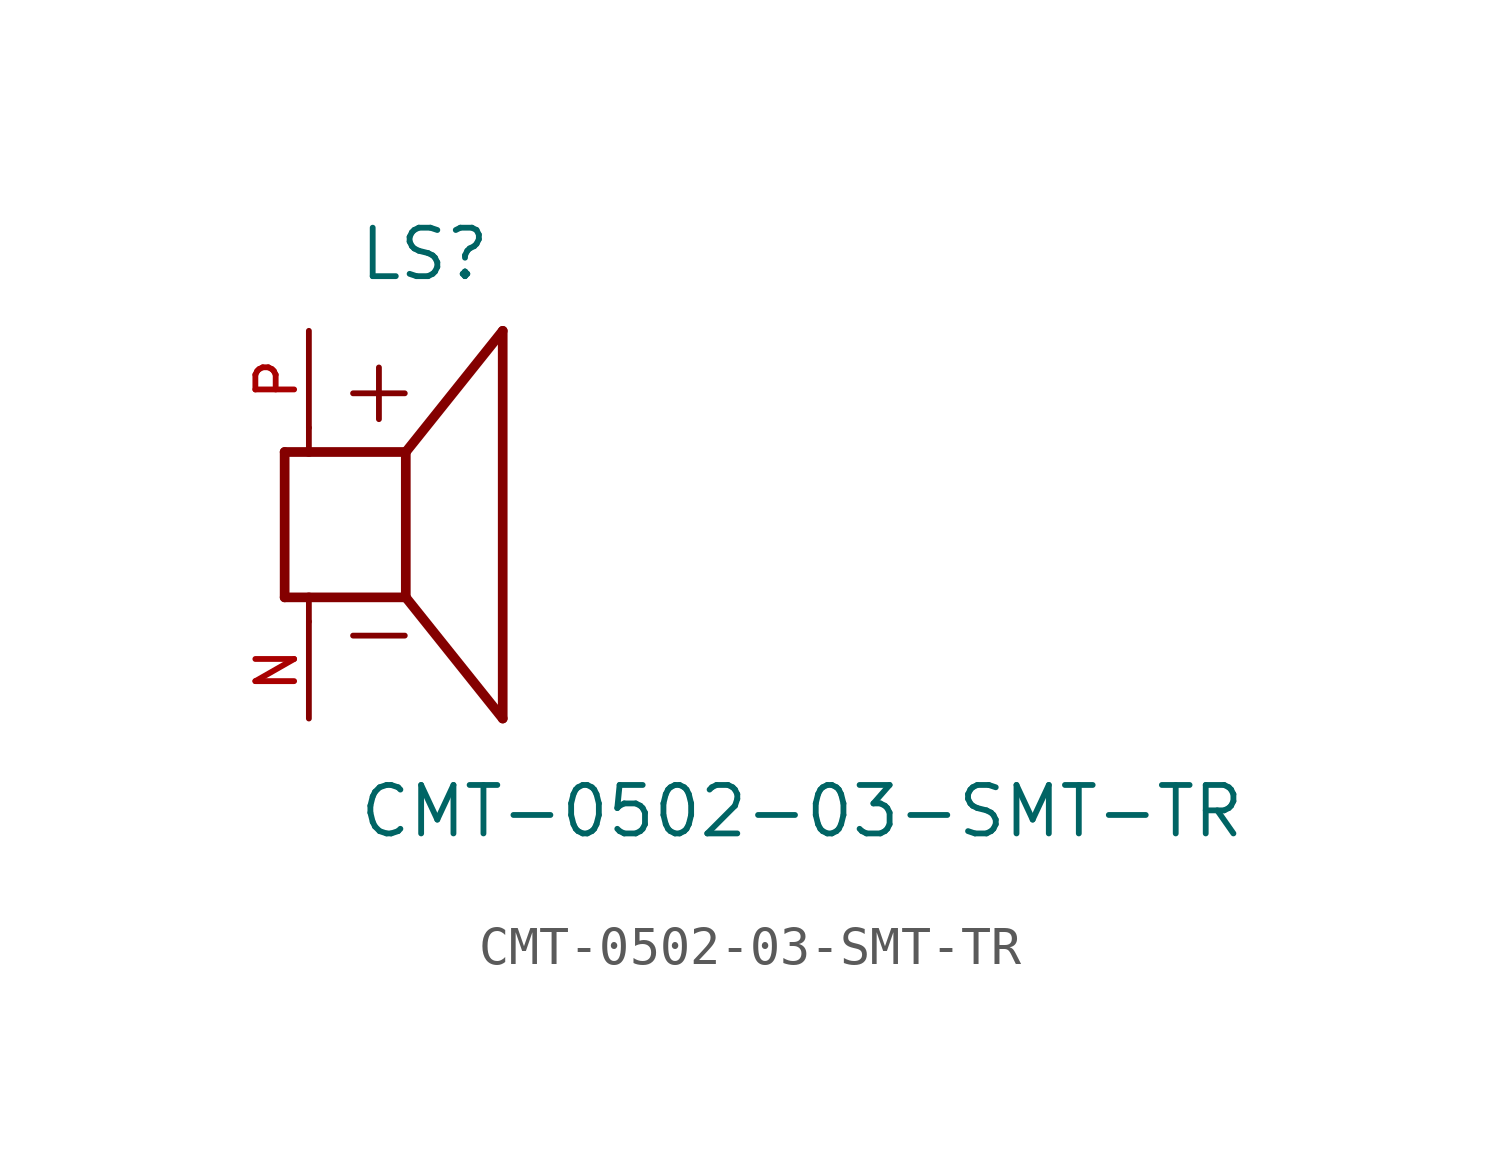
<source format=kicad_sym>
(kicad_symbol_lib
  (version 20211014)
  (generator kicad_symbol_editor)
  (symbol "CMT-0502-03-SMT-TR"
    (pin_names
      (offset 1.016))
    (property "Reference" "LS"
      (at -1.27 6.35 0)
      (effects (font (size 1.27 1.27)) (justify bottom left)))
    (property "Value" "CMT-0502-03-SMT-TR"
      (at -1.27 -8.255 0)
      (effects (font (size 1.27 1.27)) (justify bottom left)))
    (symbol "CMT-0502-03-SMT-TR_0_0"
      (polyline (pts (xy -3.175 1.905) (xy -3.175 -1.905)) (stroke (width 0.254)))
      (polyline (pts (xy -3.175 -1.905) (xy -2.54 -1.905)) (stroke (width 0.254)))
      (polyline (pts (xy 0.0 -1.905) (xy 0.0 1.905)) (stroke (width 0.254)))
      (polyline (pts (xy -3.175 1.905) (xy -2.54 1.905)) (stroke (width 0.254)))
      (polyline (pts (xy 0.0 -1.905) (xy 2.54 -5.08)) (stroke (width 0.254)))
      (polyline (pts (xy 2.54 -5.08) (xy 2.54 5.08)) (stroke (width 0.254)))
      (polyline (pts (xy 0.0 1.905) (xy 2.54 5.08)) (stroke (width 0.254)))
      (polyline (pts (xy -2.54 -2.54) (xy -2.54 -1.905)) (stroke (width 0.152)))
      (polyline (pts (xy -2.54 -1.905) (xy 0.0 -1.905)) (stroke (width 0.254)))
      (polyline (pts (xy -2.54 2.54) (xy -2.54 1.905)) (stroke (width 0.152)))
      (polyline (pts (xy -2.54 1.905) (xy 0.0 1.905)) (stroke (width 0.254)))
      (text "+" (at -1.905 2.54 0) (effects (font (size 1.778 1.778)) (justify bottom left)))
      (text "-" (at -1.905 -3.81 0) (effects (font (size 1.778 1.778)) (justify bottom left)))
      (pin passive line (at -2.54 5.08 270.0) (length 2.54) (name "~" (effects (font (size 1.016 1.016)))) (number "P" (effects (font (size 1.016 1.016)))))
      (pin passive line (at -2.54 -5.08 90.0) (length 2.54) (name "~" (effects (font (size 1.016 1.016)))) (number "N" (effects (font (size 1.016 1.016))))))))
</source>
